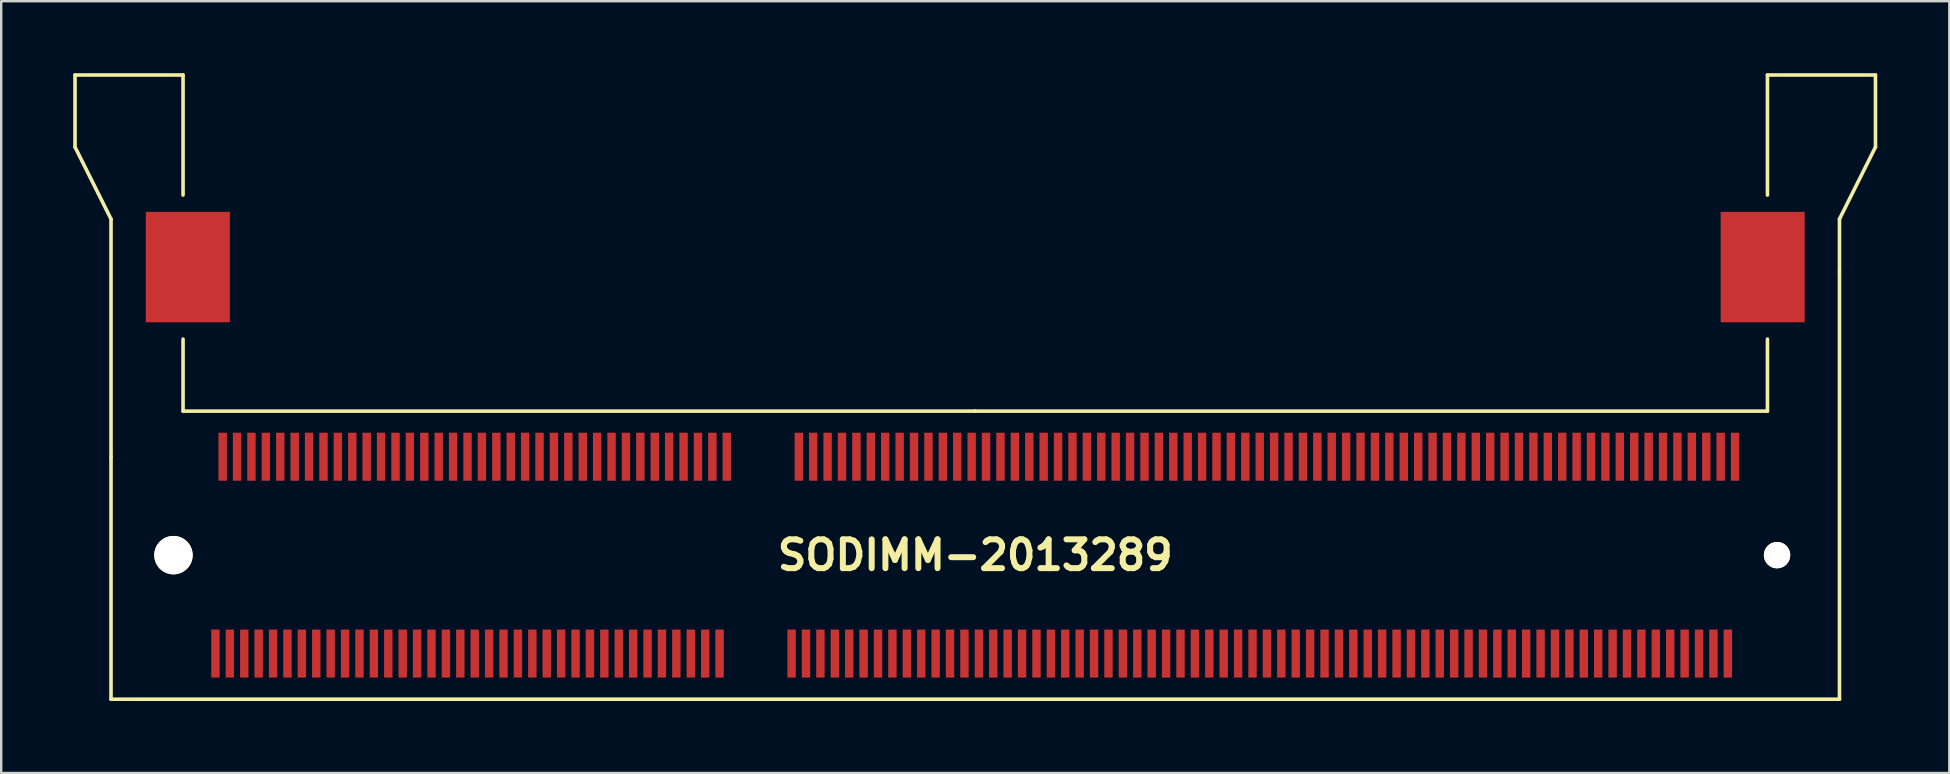
<source format=kicad_pcb>
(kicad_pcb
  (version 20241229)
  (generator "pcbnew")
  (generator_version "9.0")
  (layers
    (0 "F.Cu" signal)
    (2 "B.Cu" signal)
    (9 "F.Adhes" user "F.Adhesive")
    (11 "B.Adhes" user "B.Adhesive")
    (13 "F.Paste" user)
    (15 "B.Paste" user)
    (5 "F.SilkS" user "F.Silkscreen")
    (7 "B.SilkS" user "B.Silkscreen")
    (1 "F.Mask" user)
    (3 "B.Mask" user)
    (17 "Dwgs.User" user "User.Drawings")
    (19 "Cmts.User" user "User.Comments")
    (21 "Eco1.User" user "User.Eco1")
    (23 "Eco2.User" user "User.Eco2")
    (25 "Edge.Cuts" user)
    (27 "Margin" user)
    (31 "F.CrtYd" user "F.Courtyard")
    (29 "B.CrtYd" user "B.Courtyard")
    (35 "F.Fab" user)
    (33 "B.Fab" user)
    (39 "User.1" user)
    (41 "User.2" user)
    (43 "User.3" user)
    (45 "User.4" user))
  (footprint "SODIMM-2013289"
    (layer "F.Cu")
    (at 37.575 20.075)
    (property "Reference" "SODIMM-2013289" (at 0 0 0) (layer "F.SilkS") (effects (font (size 1.2 1.2) (thickness 0.25))))
    (attr smd)
    (fp_line (start -37.5 -20) (end -37.5 -17) (stroke (width 0.15) (type solid)) (layer "F.SilkS"))
    (fp_line (start -37.5 -17) (end -36 -14) (stroke (width 0.15) (type solid)) (layer "F.SilkS"))
    (fp_line (start -36 -14) (end -36 -4.1) (stroke (width 0.15) (type solid)) (layer "F.SilkS"))
    (fp_line (start -36 -4.1) (end -36 6) (stroke (width 0.15) (type solid)) (layer "F.SilkS"))
    (fp_line (start -36 6) (end 36 6) (stroke (width 0.15) (type solid)) (layer "F.SilkS"))
    (fp_line (start -33 -20) (end -37.5 -20) (stroke (width 0.15) (type solid)) (layer "F.SilkS"))
    (fp_line (start -33 -20) (end -33 -15) (stroke (width 0.15) (type solid)) (layer "F.SilkS"))
    (fp_line (start -33 -6) (end -33 -9) (stroke (width 0.15) (type solid)) (layer "F.SilkS"))
    (fp_line (start 0 -6) (end -33 -6) (stroke (width 0.15) (type solid)) (layer "F.SilkS"))
    (fp_line (start 33 -20) (end 33 -15) (stroke (width 0.15) (type solid)) (layer "F.SilkS"))
    (fp_line (start 33 -6) (end 0 -6) (stroke (width 0.15) (type solid)) (layer "F.SilkS"))
    (fp_line (start 33 -6) (end 33 -9) (stroke (width 0.15) (type solid)) (layer "F.SilkS"))
    (fp_line (start 36 -14) (end 36 -11.8) (stroke (width 0.15) (type solid)) (layer "F.SilkS"))
    (fp_line (start 36 -14) (end 37.5 -17) (stroke (width 0.15) (type solid)) (layer "F.SilkS"))
    (fp_line (start 36 6) (end 36 -11.8) (stroke (width 0.15) (type solid)) (layer "F.SilkS"))
    (fp_line (start 37.5 -20) (end 33 -20) (stroke (width 0.15) (type solid)) (layer "F.SilkS"))
    (fp_line (start 37.5 -17) (end 37.5 -20) (stroke (width 0.15) (type solid)) (layer "F.SilkS"))
    (pad "" np_thru_hole circle (at -33.4 0) (size 1.6 1.6) (drill 1.6) (layers "*.Cu" "*.Mask" "F.SilkS"))
    (pad "" smd rect (at -32.8 -12) (size 3.5 4.6) (layers "F.Cu" "F.Mask" "F.Paste"))
    (pad "" smd rect (at 32.8 -12) (size 3.5 4.6) (layers "F.Cu" "F.Mask" "F.Paste"))
    (pad "" np_thru_hole circle (at 33.4 0) (size 1.1 1.1) (drill 1.1) (layers "*.Cu" "*.Mask" "F.SilkS"))
    (pad "1" smd rect (at -31.65 4.1) (size 0.35 2) (layers "F.Cu" "F.Mask" "F.Paste"))
    (pad "2" smd rect (at -31.35 -4.1) (size 0.35 2) (layers "F.Cu" "F.Mask" "F.Paste"))
    (pad "3" smd rect (at -31.05 4.1) (size 0.35 2) (layers "F.Cu" "F.Mask" "F.Paste"))
    (pad "4" smd rect (at -30.75 -4.1) (size 0.35 2) (layers "F.Cu" "F.Mask" "F.Paste"))
    (pad "5" smd rect (at -30.45 4.1) (size 0.35 2) (layers "F.Cu" "F.Mask" "F.Paste"))
    (pad "6" smd rect (at -30.15 -4.1) (size 0.35 2) (layers "F.Cu" "F.Mask" "F.Paste"))
    (pad "7" smd rect (at -29.85 4.1) (size 0.35 2) (layers "F.Cu" "F.Mask" "F.Paste"))
    (pad "8" smd rect (at -29.55 -4.1) (size 0.35 2) (layers "F.Cu" "F.Mask" "F.Paste"))
    (pad "9" smd rect (at -29.25 4.1) (size 0.35 2) (layers "F.Cu" "F.Mask" "F.Paste"))
    (pad "10" smd rect (at -28.95 -4.1) (size 0.35 2) (layers "F.Cu" "F.Mask" "F.Paste"))
    (pad "11" smd rect (at -28.65 4.1) (size 0.35 2) (layers "F.Cu" "F.Mask" "F.Paste"))
    (pad "12" smd rect (at -28.35 -4.1) (size 0.35 2) (layers "F.Cu" "F.Mask" "F.Paste"))
    (pad "13" smd rect (at -28.05 4.1) (size 0.35 2) (layers "F.Cu" "F.Mask" "F.Paste"))
    (pad "14" smd rect (at -27.75 -4.1) (size 0.35 2) (layers "F.Cu" "F.Mask" "F.Paste"))
    (pad "15" smd rect (at -27.45 4.1) (size 0.35 2) (layers "F.Cu" "F.Mask" "F.Paste"))
    (pad "16" smd rect (at -27.15 -4.1) (size 0.35 2) (layers "F.Cu" "F.Mask" "F.Paste"))
    (pad "17" smd rect (at -26.85 4.1) (size 0.35 2) (layers "F.Cu" "F.Mask" "F.Paste"))
    (pad "18" smd rect (at -26.55 -4.1) (size 0.35 2) (layers "F.Cu" "F.Mask" "F.Paste"))
    (pad "19" smd rect (at -26.25 4.1) (size 0.35 2) (layers "F.Cu" "F.Mask" "F.Paste"))
    (pad "20" smd rect (at -25.95 -4.1) (size 0.35 2) (layers "F.Cu" "F.Mask" "F.Paste"))
    (pad "21" smd rect (at -25.65 4.1) (size 0.35 2) (layers "F.Cu" "F.Mask" "F.Paste"))
    (pad "22" smd rect (at -25.35 -4.1) (size 0.35 2) (layers "F.Cu" "F.Mask" "F.Paste"))
    (pad "23" smd rect (at -25.05 4.1) (size 0.35 2) (layers "F.Cu" "F.Mask" "F.Paste"))
    (pad "24" smd rect (at -24.75 -4.1) (size 0.35 2) (layers "F.Cu" "F.Mask" "F.Paste"))
    (pad "25" smd rect (at -24.45 4.1) (size 0.35 2) (layers "F.Cu" "F.Mask" "F.Paste"))
    (pad "26" smd rect (at -24.15 -4.1) (size 0.35 2) (layers "F.Cu" "F.Mask" "F.Paste"))
    (pad "27" smd rect (at -23.85 4.1) (size 0.35 2) (layers "F.Cu" "F.Mask" "F.Paste"))
    (pad "28" smd rect (at -23.55 -4.1) (size 0.35 2) (layers "F.Cu" "F.Mask" "F.Paste"))
    (pad "29" smd rect (at -23.25 4.1) (size 0.35 2) (layers "F.Cu" "F.Mask" "F.Paste"))
    (pad "30" smd rect (at -22.95 -4.1) (size 0.35 2) (layers "F.Cu" "F.Mask" "F.Paste"))
    (pad "31" smd rect (at -22.65 4.1) (size 0.35 2) (layers "F.Cu" "F.Mask" "F.Paste"))
    (pad "32" smd rect (at -22.35 -4.1) (size 0.35 2) (layers "F.Cu" "F.Mask" "F.Paste"))
    (pad "33" smd rect (at -22.05 4.1) (size 0.35 2) (layers "F.Cu" "F.Mask" "F.Paste"))
    (pad "34" smd rect (at -21.75 -4.1) (size 0.35 2) (layers "F.Cu" "F.Mask" "F.Paste"))
    (pad "35" smd rect (at -21.45 4.1) (size 0.35 2) (layers "F.Cu" "F.Mask" "F.Paste"))
    (pad "36" smd rect (at -21.15 -4.1) (size 0.35 2) (layers "F.Cu" "F.Mask" "F.Paste"))
    (pad "37" smd rect (at -20.85 4.1) (size 0.35 2) (layers "F.Cu" "F.Mask" "F.Paste"))
    (pad "38" smd rect (at -20.55 -4.1) (size 0.35 2) (layers "F.Cu" "F.Mask" "F.Paste"))
    (pad "39" smd rect (at -20.25 4.1) (size 0.35 2) (layers "F.Cu" "F.Mask" "F.Paste"))
    (pad "40" smd rect (at -19.95 -4.1) (size 0.35 2) (layers "F.Cu" "F.Mask" "F.Paste"))
    (pad "41" smd rect (at -19.65 4.1) (size 0.35 2) (layers "F.Cu" "F.Mask" "F.Paste"))
    (pad "42" smd rect (at -19.35 -4.1) (size 0.35 2) (layers "F.Cu" "F.Mask" "F.Paste"))
    (pad "43" smd rect (at -19.05 4.1) (size 0.35 2) (layers "F.Cu" "F.Mask" "F.Paste"))
    (pad "44" smd rect (at -18.75 -4.1) (size 0.35 2) (layers "F.Cu" "F.Mask" "F.Paste"))
    (pad "45" smd rect (at -18.45 4.1) (size 0.35 2) (layers "F.Cu" "F.Mask" "F.Paste"))
    (pad "46" smd rect (at -18.15 -4.1) (size 0.35 2) (layers "F.Cu" "F.Mask" "F.Paste"))
    (pad "47" smd rect (at -17.85 4.1) (size 0.35 2) (layers "F.Cu" "F.Mask" "F.Paste"))
    (pad "48" smd rect (at -17.55 -4.1) (size 0.35 2) (layers "F.Cu" "F.Mask" "F.Paste"))
    (pad "49" smd rect (at -17.25 4.1) (size 0.35 2) (layers "F.Cu" "F.Mask" "F.Paste"))
    (pad "50" smd rect (at -16.95 -4.1) (size 0.35 2) (layers "F.Cu" "F.Mask" "F.Paste"))
    (pad "51" smd rect (at -16.65 4.1) (size 0.35 2) (layers "F.Cu" "F.Mask" "F.Paste"))
    (pad "52" smd rect (at -16.35 -4.1) (size 0.35 2) (layers "F.Cu" "F.Mask" "F.Paste"))
    (pad "53" smd rect (at -16.05 4.1) (size 0.35 2) (layers "F.Cu" "F.Mask" "F.Paste"))
    (pad "54" smd rect (at -15.75 -4.1) (size 0.35 2) (layers "F.Cu" "F.Mask" "F.Paste"))
    (pad "55" smd rect (at -15.45 4.1) (size 0.35 2) (layers "F.Cu" "F.Mask" "F.Paste"))
    (pad "56" smd rect (at -15.15 -4.1) (size 0.35 2) (layers "F.Cu" "F.Mask" "F.Paste"))
    (pad "57" smd rect (at -14.85 4.1) (size 0.35 2) (layers "F.Cu" "F.Mask" "F.Paste"))
    (pad "58" smd rect (at -14.55 -4.1) (size 0.35 2) (layers "F.Cu" "F.Mask" "F.Paste"))
    (pad "59" smd rect (at -14.25 4.1) (size 0.35 2) (layers "F.Cu" "F.Mask" "F.Paste"))
    (pad "60" smd rect (at -13.95 -4.1) (size 0.35 2) (layers "F.Cu" "F.Mask" "F.Paste"))
    (pad "61" smd rect (at -13.65 4.1) (size 0.35 2) (layers "F.Cu" "F.Mask" "F.Paste"))
    (pad "62" smd rect (at -13.35 -4.1) (size 0.35 2) (layers "F.Cu" "F.Mask" "F.Paste"))
    (pad "63" smd rect (at -13.05 4.1) (size 0.35 2) (layers "F.Cu" "F.Mask" "F.Paste"))
    (pad "64" smd rect (at -12.75 -4.1) (size 0.35 2) (layers "F.Cu" "F.Mask" "F.Paste"))
    (pad "65" smd rect (at -12.45 4.1) (size 0.35 2) (layers "F.Cu" "F.Mask" "F.Paste"))
    (pad "66" smd rect (at -12.15 -4.1) (size 0.35 2) (layers "F.Cu" "F.Mask" "F.Paste"))
    (pad "67" smd rect (at -11.85 4.1) (size 0.35 2) (layers "F.Cu" "F.Mask" "F.Paste"))
    (pad "68" smd rect (at -11.55 -4.1) (size 0.35 2) (layers "F.Cu" "F.Mask" "F.Paste"))
    (pad "69" smd rect (at -11.25 4.1) (size 0.35 2) (layers "F.Cu" "F.Mask" "F.Paste"))
    (pad "70" smd rect (at -10.95 -4.1) (size 0.35 2) (layers "F.Cu" "F.Mask" "F.Paste"))
    (pad "71" smd rect (at -10.65 4.1) (size 0.35 2) (layers "F.Cu" "F.Mask" "F.Paste"))
    (pad "72" smd rect (at -10.35 -4.1) (size 0.35 2) (layers "F.Cu" "F.Mask" "F.Paste"))
    (pad "73" smd rect (at -7.65 4.1) (size 0.35 2) (layers "F.Cu" "F.Mask" "F.Paste"))
    (pad "74" smd rect (at -7.35 -4.1) (size 0.35 2) (layers "F.Cu" "F.Mask" "F.Paste"))
    (pad "75" smd rect (at -7.05 4.1) (size 0.35 2) (layers "F.Cu" "F.Mask" "F.Paste"))
    (pad "76" smd rect (at -6.75 -4.1) (size 0.35 2) (layers "F.Cu" "F.Mask" "F.Paste"))
    (pad "77" smd rect (at -6.45 4.1) (size 0.35 2) (layers "F.Cu" "F.Mask" "F.Paste"))
    (pad "78" smd rect (at -6.15 -4.1) (size 0.35 2) (layers "F.Cu" "F.Mask" "F.Paste"))
    (pad "79" smd rect (at -5.85 4.1) (size 0.35 2) (layers "F.Cu" "F.Mask" "F.Paste"))
    (pad "80" smd rect (at -5.55 -4.1) (size 0.35 2) (layers "F.Cu" "F.Mask" "F.Paste"))
    (pad "81" smd rect (at -5.25 4.1) (size 0.35 2) (layers "F.Cu" "F.Mask" "F.Paste"))
    (pad "82" smd rect (at -4.95 -4.1) (size 0.35 2) (layers "F.Cu" "F.Mask" "F.Paste"))
    (pad "83" smd rect (at -4.65 4.1) (size 0.35 2) (layers "F.Cu" "F.Mask" "F.Paste"))
    (pad "84" smd rect (at -4.35 -4.1) (size 0.35 2) (layers "F.Cu" "F.Mask" "F.Paste"))
    (pad "85" smd rect (at -4.05 4.1) (size 0.35 2) (layers "F.Cu" "F.Mask" "F.Paste"))
    (pad "86" smd rect (at -3.75 -4.1) (size 0.35 2) (layers "F.Cu" "F.Mask" "F.Paste"))
    (pad "87" smd rect (at -3.45 4.1) (size 0.35 2) (layers "F.Cu" "F.Mask" "F.Paste"))
    (pad "88" smd rect (at -3.15 -4.1) (size 0.35 2) (layers "F.Cu" "F.Mask" "F.Paste"))
    (pad "89" smd rect (at -2.85 4.1) (size 0.35 2) (layers "F.Cu" "F.Mask" "F.Paste"))
    (pad "90" smd rect (at -2.55 -4.1) (size 0.35 2) (layers "F.Cu" "F.Mask" "F.Paste"))
    (pad "91" smd rect (at -2.25 4.1) (size 0.35 2) (layers "F.Cu" "F.Mask" "F.Paste"))
    (pad "92" smd rect (at -1.95 -4.1) (size 0.35 2) (layers "F.Cu" "F.Mask" "F.Paste"))
    (pad "93" smd rect (at -1.65 4.1) (size 0.35 2) (layers "F.Cu" "F.Mask" "F.Paste"))
    (pad "94" smd rect (at -1.35 -4.1) (size 0.35 2) (layers "F.Cu" "F.Mask" "F.Paste"))
    (pad "95" smd rect (at -1.05 4.1) (size 0.35 2) (layers "F.Cu" "F.Mask" "F.Paste"))
    (pad "96" smd rect (at -0.75 -4.1) (size 0.35 2) (layers "F.Cu" "F.Mask" "F.Paste"))
    (pad "97" smd rect (at -0.45 4.1) (size 0.35 2) (layers "F.Cu" "F.Mask" "F.Paste"))
    (pad "98" smd rect (at -0.15 -4.1) (size 0.35 2) (layers "F.Cu" "F.Mask" "F.Paste"))
    (pad "99" smd rect (at 0.15 4.1) (size 0.35 2) (layers "F.Cu" "F.Mask" "F.Paste"))
    (pad "100" smd rect (at 0.45 -4.1) (size 0.35 2) (layers "F.Cu" "F.Mask" "F.Paste"))
    (pad "101" smd rect (at 0.75 4.1) (size 0.35 2) (layers "F.Cu" "F.Mask" "F.Paste"))
    (pad "102" smd rect (at 1.05 -4.1) (size 0.35 2) (layers "F.Cu" "F.Mask" "F.Paste"))
    (pad "103" smd rect (at 1.35 4.1) (size 0.35 2) (layers "F.Cu" "F.Mask" "F.Paste"))
    (pad "104" smd rect (at 1.65 -4.1) (size 0.35 2) (layers "F.Cu" "F.Mask" "F.Paste"))
    (pad "105" smd rect (at 1.95 4.1) (size 0.35 2) (layers "F.Cu" "F.Mask" "F.Paste"))
    (pad "106" smd rect (at 2.25 -4.1) (size 0.35 2) (layers "F.Cu" "F.Mask" "F.Paste"))
    (pad "107" smd rect (at 2.55 4.1) (size 0.35 2) (layers "F.Cu" "F.Mask" "F.Paste"))
    (pad "108" smd rect (at 2.85 -4.1) (size 0.35 2) (layers "F.Cu" "F.Mask" "F.Paste"))
    (pad "109" smd rect (at 3.15 4.1) (size 0.35 2) (layers "F.Cu" "F.Mask" "F.Paste"))
    (pad "110" smd rect (at 3.45 -4.1) (size 0.35 2) (layers "F.Cu" "F.Mask" "F.Paste"))
    (pad "111" smd rect (at 3.75 4.1) (size 0.35 2) (layers "F.Cu" "F.Mask" "F.Paste"))
    (pad "112" smd rect (at 4.05 -4.1) (size 0.35 2) (layers "F.Cu" "F.Mask" "F.Paste"))
    (pad "113" smd rect (at 4.35 4.1) (size 0.35 2) (layers "F.Cu" "F.Mask" "F.Paste"))
    (pad "114" smd rect (at 4.65 -4.1) (size 0.35 2) (layers "F.Cu" "F.Mask" "F.Paste"))
    (pad "115" smd rect (at 4.95 4.1) (size 0.35 2) (layers "F.Cu" "F.Mask" "F.Paste"))
    (pad "116" smd rect (at 5.25 -4.1) (size 0.35 2) (layers "F.Cu" "F.Mask" "F.Paste"))
    (pad "117" smd rect (at 5.55 4.1) (size 0.35 2) (layers "F.Cu" "F.Mask" "F.Paste"))
    (pad "118" smd rect (at 5.85 -4.1) (size 0.35 2) (layers "F.Cu" "F.Mask" "F.Paste"))
    (pad "119" smd rect (at 6.15 4.1) (size 0.35 2) (layers "F.Cu" "F.Mask" "F.Paste"))
    (pad "120" smd rect (at 6.45 -4.1) (size 0.35 2) (layers "F.Cu" "F.Mask" "F.Paste"))
    (pad "121" smd rect (at 6.75 4.1) (size 0.35 2) (layers "F.Cu" "F.Mask" "F.Paste"))
    (pad "122" smd rect (at 7.05 -4.1) (size 0.35 2) (layers "F.Cu" "F.Mask" "F.Paste"))
    (pad "123" smd rect (at 7.35 4.1) (size 0.35 2) (layers "F.Cu" "F.Mask" "F.Paste"))
    (pad "124" smd rect (at 7.65 -4.1) (size 0.35 2) (layers "F.Cu" "F.Mask" "F.Paste"))
    (pad "125" smd rect (at 7.95 4.1) (size 0.35 2) (layers "F.Cu" "F.Mask" "F.Paste"))
    (pad "126" smd rect (at 8.25 -4.1) (size 0.35 2) (layers "F.Cu" "F.Mask" "F.Paste"))
    (pad "127" smd rect (at 8.55 4.1) (size 0.35 2) (layers "F.Cu" "F.Mask" "F.Paste"))
    (pad "128" smd rect (at 8.85 -4.1) (size 0.35 2) (layers "F.Cu" "F.Mask" "F.Paste"))
    (pad "129" smd rect (at 9.15 4.1) (size 0.35 2) (layers "F.Cu" "F.Mask" "F.Paste"))
    (pad "130" smd rect (at 9.45 -4.1) (size 0.35 2) (layers "F.Cu" "F.Mask" "F.Paste"))
    (pad "131" smd rect (at 9.75 4.1) (size 0.35 2) (layers "F.Cu" "F.Mask" "F.Paste"))
    (pad "132" smd rect (at 10.05 -4.1) (size 0.35 2) (layers "F.Cu" "F.Mask" "F.Paste"))
    (pad "133" smd rect (at 10.35 4.1) (size 0.35 2) (layers "F.Cu" "F.Mask" "F.Paste"))
    (pad "134" smd rect (at 10.65 -4.1) (size 0.35 2) (layers "F.Cu" "F.Mask" "F.Paste"))
    (pad "135" smd rect (at 10.95 4.1) (size 0.35 2) (layers "F.Cu" "F.Mask" "F.Paste"))
    (pad "136" smd rect (at 11.25 -4.1) (size 0.35 2) (layers "F.Cu" "F.Mask" "F.Paste"))
    (pad "137" smd rect (at 11.55 4.1) (size 0.35 2) (layers "F.Cu" "F.Mask" "F.Paste"))
    (pad "138" smd rect (at 11.85 -4.1) (size 0.35 2) (layers "F.Cu" "F.Mask" "F.Paste"))
    (pad "139" smd rect (at 12.15 4.1) (size 0.35 2) (layers "F.Cu" "F.Mask" "F.Paste"))
    (pad "140" smd rect (at 12.45 -4.1) (size 0.35 2) (layers "F.Cu" "F.Mask" "F.Paste"))
    (pad "141" smd rect (at 12.75 4.1) (size 0.35 2) (layers "F.Cu" "F.Mask" "F.Paste"))
    (pad "142" smd rect (at 13.05 -4.1) (size 0.35 2) (layers "F.Cu" "F.Mask" "F.Paste"))
    (pad "143" smd rect (at 13.35 4.1) (size 0.35 2) (layers "F.Cu" "F.Mask" "F.Paste"))
    (pad "144" smd rect (at 13.65 -4.1) (size 0.35 2) (layers "F.Cu" "F.Mask" "F.Paste"))
    (pad "145" smd rect (at 13.95 4.1) (size 0.35 2) (layers "F.Cu" "F.Mask" "F.Paste"))
    (pad "146" smd rect (at 14.25 -4.1) (size 0.35 2) (layers "F.Cu" "F.Mask" "F.Paste"))
    (pad "147" smd rect (at 14.55 4.1) (size 0.35 2) (layers "F.Cu" "F.Mask" "F.Paste"))
    (pad "148" smd rect (at 14.85 -4.1) (size 0.35 2) (layers "F.Cu" "F.Mask" "F.Paste"))
    (pad "149" smd rect (at 15.15 4.1) (size 0.35 2) (layers "F.Cu" "F.Mask" "F.Paste"))
    (pad "150" smd rect (at 15.45 -4.1) (size 0.35 2) (layers "F.Cu" "F.Mask" "F.Paste"))
    (pad "151" smd rect (at 15.75 4.1) (size 0.35 2) (layers "F.Cu" "F.Mask" "F.Paste"))
    (pad "152" smd rect (at 16.05 -4.1) (size 0.35 2) (layers "F.Cu" "F.Mask" "F.Paste"))
    (pad "153" smd rect (at 16.35 4.1) (size 0.35 2) (layers "F.Cu" "F.Mask" "F.Paste"))
    (pad "154" smd rect (at 16.65 -4.1) (size 0.35 2) (layers "F.Cu" "F.Mask" "F.Paste"))
    (pad "155" smd rect (at 16.95 4.1) (size 0.35 2) (layers "F.Cu" "F.Mask" "F.Paste"))
    (pad "156" smd rect (at 17.25 -4.1) (size 0.35 2) (layers "F.Cu" "F.Mask" "F.Paste"))
    (pad "157" smd rect (at 17.55 4.1) (size 0.35 2) (layers "F.Cu" "F.Mask" "F.Paste"))
    (pad "158" smd rect (at 17.85 -4.1) (size 0.35 2) (layers "F.Cu" "F.Mask" "F.Paste"))
    (pad "159" smd rect (at 18.15 4.1) (size 0.35 2) (layers "F.Cu" "F.Mask" "F.Paste"))
    (pad "160" smd rect (at 18.45 -4.1) (size 0.35 2) (layers "F.Cu" "F.Mask" "F.Paste"))
    (pad "161" smd rect (at 18.75 4.1) (size 0.35 2) (layers "F.Cu" "F.Mask" "F.Paste"))
    (pad "162" smd rect (at 19.05 -4.1) (size 0.35 2) (layers "F.Cu" "F.Mask" "F.Paste"))
    (pad "163" smd rect (at 19.35 4.1) (size 0.35 2) (layers "F.Cu" "F.Mask" "F.Paste"))
    (pad "164" smd rect (at 19.65 -4.1) (size 0.35 2) (layers "F.Cu" "F.Mask" "F.Paste"))
    (pad "165" smd rect (at 19.95 4.1) (size 0.35 2) (layers "F.Cu" "F.Mask" "F.Paste"))
    (pad "166" smd rect (at 20.25 -4.1) (size 0.35 2) (layers "F.Cu" "F.Mask" "F.Paste"))
    (pad "167" smd rect (at 20.55 4.1) (size 0.35 2) (layers "F.Cu" "F.Mask" "F.Paste"))
    (pad "168" smd rect (at 20.85 -4.1) (size 0.35 2) (layers "F.Cu" "F.Mask" "F.Paste"))
    (pad "169" smd rect (at 21.15 4.1) (size 0.35 2) (layers "F.Cu" "F.Mask" "F.Paste"))
    (pad "170" smd rect (at 21.45 -4.1) (size 0.35 2) (layers "F.Cu" "F.Mask" "F.Paste"))
    (pad "171" smd rect (at 21.75 4.1) (size 0.35 2) (layers "F.Cu" "F.Mask" "F.Paste"))
    (pad "172" smd rect (at 22.05 -4.1) (size 0.35 2) (layers "F.Cu" "F.Mask" "F.Paste"))
    (pad "173" smd rect (at 22.35 4.1) (size 0.35 2) (layers "F.Cu" "F.Mask" "F.Paste"))
    (pad "174" smd rect (at 22.65 -4.1) (size 0.35 2) (layers "F.Cu" "F.Mask" "F.Paste"))
    (pad "175" smd rect (at 22.95 4.1) (size 0.35 2) (layers "F.Cu" "F.Mask" "F.Paste"))
    (pad "176" smd rect (at 23.25 -4.1) (size 0.35 2) (layers "F.Cu" "F.Mask" "F.Paste"))
    (pad "177" smd rect (at 23.55 4.1) (size 0.35 2) (layers "F.Cu" "F.Mask" "F.Paste"))
    (pad "178" smd rect (at 23.85 -4.1) (size 0.35 2) (layers "F.Cu" "F.Mask" "F.Paste"))
    (pad "179" smd rect (at 24.15 4.1) (size 0.35 2) (layers "F.Cu" "F.Mask" "F.Paste"))
    (pad "180" smd rect (at 24.45 -4.1) (size 0.35 2) (layers "F.Cu" "F.Mask" "F.Paste"))
    (pad "181" smd rect (at 24.75 4.1) (size 0.35 2) (layers "F.Cu" "F.Mask" "F.Paste"))
    (pad "182" smd rect (at 25.05 -4.1) (size 0.35 2) (layers "F.Cu" "F.Mask" "F.Paste"))
    (pad "183" smd rect (at 25.35 4.1) (size 0.35 2) (layers "F.Cu" "F.Mask" "F.Paste"))
    (pad "184" smd rect (at 25.65 -4.1) (size 0.35 2) (layers "F.Cu" "F.Mask" "F.Paste"))
    (pad "185" smd rect (at 25.95 4.1) (size 0.35 2) (layers "F.Cu" "F.Mask" "F.Paste"))
    (pad "186" smd rect (at 26.25 -4.1) (size 0.35 2) (layers "F.Cu" "F.Mask" "F.Paste"))
    (pad "187" smd rect (at 26.55 4.1) (size 0.35 2) (layers "F.Cu" "F.Mask" "F.Paste"))
    (pad "188" smd rect (at 26.85 -4.1) (size 0.35 2) (layers "F.Cu" "F.Mask" "F.Paste"))
    (pad "189" smd rect (at 27.15 4.1) (size 0.35 2) (layers "F.Cu" "F.Mask" "F.Paste"))
    (pad "190" smd rect (at 27.45 -4.1) (size 0.35 2) (layers "F.Cu" "F.Mask" "F.Paste"))
    (pad "191" smd rect (at 27.75 4.1) (size 0.35 2) (layers "F.Cu" "F.Mask" "F.Paste"))
    (pad "192" smd rect (at 28.05 -4.1) (size 0.35 2) (layers "F.Cu" "F.Mask" "F.Paste"))
    (pad "193" smd rect (at 28.35 4.1) (size 0.35 2) (layers "F.Cu" "F.Mask" "F.Paste"))
    (pad "194" smd rect (at 28.65 -4.1) (size 0.35 2) (layers "F.Cu" "F.Mask" "F.Paste"))
    (pad "195" smd rect (at 28.95 4.1) (size 0.35 2) (layers "F.Cu" "F.Mask" "F.Paste"))
    (pad "196" smd rect (at 29.25 -4.1) (size 0.35 2) (layers "F.Cu" "F.Mask" "F.Paste"))
    (pad "197" smd rect (at 29.55 4.1) (size 0.35 2) (layers "F.Cu" "F.Mask" "F.Paste"))
    (pad "198" smd rect (at 29.85 -4.1) (size 0.35 2) (layers "F.Cu" "F.Mask" "F.Paste"))
    (pad "199" smd rect (at 30.15 4.1) (size 0.35 2) (layers "F.Cu" "F.Mask" "F.Paste"))
    (pad "200" smd rect (at 30.45 -4.1) (size 0.35 2) (layers "F.Cu" "F.Mask" "F.Paste"))
    (pad "201" smd rect (at 30.75 4.1) (size 0.35 2) (layers "F.Cu" "F.Mask" "F.Paste"))
    (pad "202" smd rect (at 31.05 -4.1) (size 0.35 2) (layers "F.Cu" "F.Mask" "F.Paste"))
    (pad "203" smd rect (at 31.35 4.1) (size 0.35 2) (layers "F.Cu" "F.Mask" "F.Paste"))
    (pad "204" smd rect (at 31.65 -4.1) (size 0.35 2) (layers "F.Cu" "F.Mask" "F.Paste")))
  (gr_rect
    (start -3 -3)
    (end 78.15 29.15)
    (stroke (width 0.1) (type default))
    (fill no)
    (layer "Edge.Cuts")))
</source>
